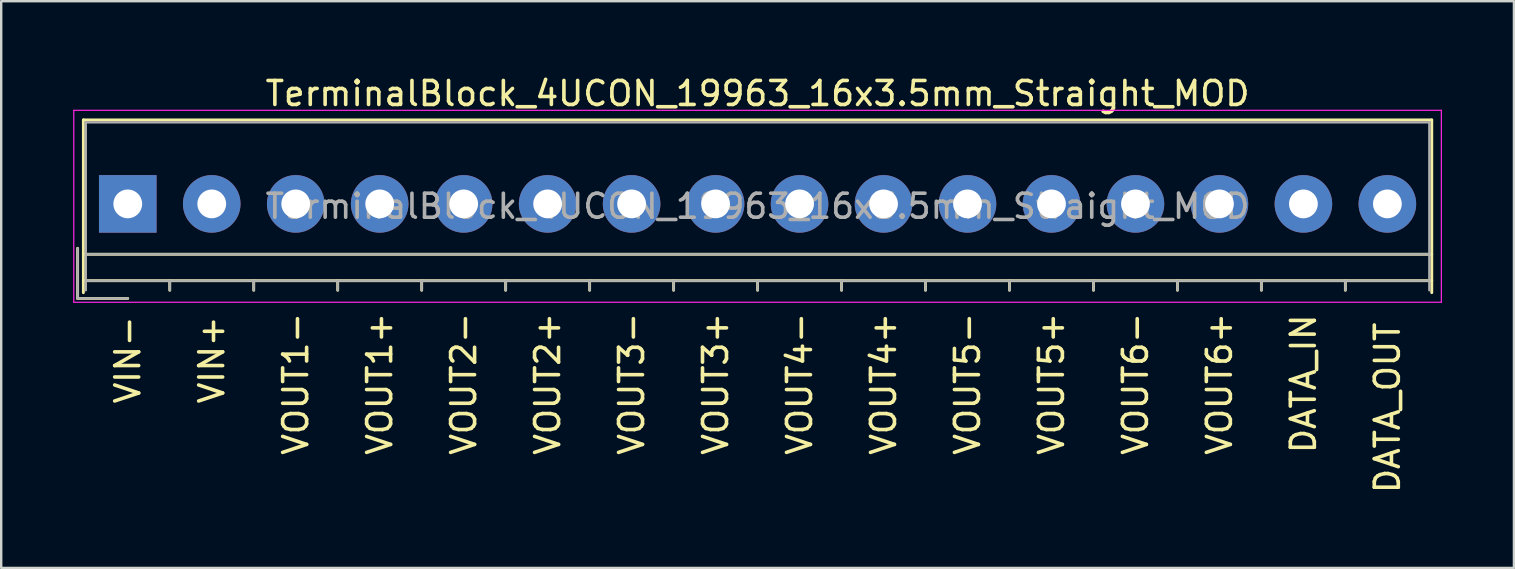
<source format=kicad_pcb>
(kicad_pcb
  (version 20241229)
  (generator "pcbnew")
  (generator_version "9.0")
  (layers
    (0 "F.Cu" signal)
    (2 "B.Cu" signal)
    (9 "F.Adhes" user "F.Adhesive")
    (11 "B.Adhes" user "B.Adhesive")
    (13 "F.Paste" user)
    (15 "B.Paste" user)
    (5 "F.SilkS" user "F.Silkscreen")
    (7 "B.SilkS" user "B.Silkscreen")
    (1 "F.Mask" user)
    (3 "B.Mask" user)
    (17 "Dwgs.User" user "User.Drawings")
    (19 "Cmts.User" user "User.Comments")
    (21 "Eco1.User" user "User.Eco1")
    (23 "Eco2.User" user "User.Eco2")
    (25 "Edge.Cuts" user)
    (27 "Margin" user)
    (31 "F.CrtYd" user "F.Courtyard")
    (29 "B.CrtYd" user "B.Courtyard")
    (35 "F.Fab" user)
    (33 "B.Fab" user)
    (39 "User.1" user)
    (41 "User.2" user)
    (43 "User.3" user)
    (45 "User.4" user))
  (footprint "TerminalBlock_4UCON_19963_16x3.5mm_Straight_MOD"
    (layer "F.Cu")
    (at 2.275 5.448)
    (property "Reference" "TerminalBlock_4UCON_19963_16x3.5mm_Straight_MOD" (at 26.25 -4.6 0) (layer "F.SilkS") (effects (font (size 1 1) (thickness 0.15))))
    (attr through_hole)
    (fp_line (start -2.09 1.85) (end -2.09 3.94) (stroke (width 0.12) (type solid)) (layer "F.SilkS"))
    (fp_line (start -2.09 3.94) (end 0 3.94) (stroke (width 0.12) (type solid)) (layer "F.SilkS"))
    (fp_line (start -1.85 -3.5) (end 54.35 -3.5) (stroke (width 0.12) (type solid)) (layer "F.SilkS"))
    (fp_line (start -1.85 2.1) (end 54.35 2.1) (stroke (width 0.12) (type solid)) (layer "F.SilkS"))
    (fp_line (start -1.85 3.2) (end 54.35 3.2) (stroke (width 0.12) (type solid)) (layer "F.SilkS"))
    (fp_line (start -1.85 3.7) (end -1.85 -3.5) (stroke (width 0.12) (type solid)) (layer "F.SilkS"))
    (fp_line (start 1.75 3.2) (end 1.75 3.6) (stroke (width 0.12) (type solid)) (layer "F.SilkS"))
    (fp_line (start 5.25 3.2) (end 5.25 3.6) (stroke (width 0.12) (type solid)) (layer "F.SilkS"))
    (fp_line (start 8.75 3.2) (end 8.75 3.6) (stroke (width 0.12) (type solid)) (layer "F.SilkS"))
    (fp_line (start 12.25 3.2) (end 12.25 3.6) (stroke (width 0.12) (type solid)) (layer "F.SilkS"))
    (fp_line (start 15.75 3.2) (end 15.75 3.6) (stroke (width 0.12) (type solid)) (layer "F.SilkS"))
    (fp_line (start 19.25 3.2) (end 19.25 3.6) (stroke (width 0.12) (type solid)) (layer "F.SilkS"))
    (fp_line (start 22.75 3.2) (end 22.75 3.6) (stroke (width 0.12) (type solid)) (layer "F.SilkS"))
    (fp_line (start 26.25 3.2) (end 26.25 3.6) (stroke (width 0.12) (type solid)) (layer "F.SilkS"))
    (fp_line (start 29.75 3.2) (end 29.75 3.6) (stroke (width 0.12) (type solid)) (layer "F.SilkS"))
    (fp_line (start 33.25 3.2) (end 33.25 3.6) (stroke (width 0.12) (type solid)) (layer "F.SilkS"))
    (fp_line (start 36.75 3.2) (end 36.75 3.6) (stroke (width 0.12) (type solid)) (layer "F.SilkS"))
    (fp_line (start 40.25 3.2) (end 40.25 3.6) (stroke (width 0.12) (type solid)) (layer "F.SilkS"))
    (fp_line (start 43.75 3.2) (end 43.75 3.6) (stroke (width 0.12) (type solid)) (layer "F.SilkS"))
    (fp_line (start 47.25 3.2) (end 47.25 3.6) (stroke (width 0.12) (type solid)) (layer "F.SilkS"))
    (fp_line (start 50.75 3.2) (end 50.75 3.6) (stroke (width 0.12) (type solid)) (layer "F.SilkS"))
    (fp_line (start 54.35 -3.5) (end 54.35 3.7) (stroke (width 0.12) (type solid)) (layer "F.SilkS"))
    (fp_line (start -2.25 -3.9) (end -2.25 4.1) (stroke (width 0.05) (type solid)) (layer "F.CrtYd"))
    (fp_line (start -2.25 4.1) (end 54.75 4.1) (stroke (width 0.05) (type solid)) (layer "F.CrtYd"))
    (fp_line (start 54.75 -3.9) (end -2.25 -3.9) (stroke (width 0.05) (type solid)) (layer "F.CrtYd"))
    (fp_line (start 54.75 4.1) (end 54.75 -3.9) (stroke (width 0.05) (type solid)) (layer "F.CrtYd"))
    (fp_line (start -2.09 1.85) (end -2.09 3.94) (stroke (width 0.1) (type solid)) (layer "F.Fab"))
    (fp_line (start -2.09 3.94) (end 0 3.94) (stroke (width 0.1) (type solid)) (layer "F.Fab"))
    (fp_line (start -1.75 -3.4) (end 54.25 -3.4) (stroke (width 0.1) (type solid)) (layer "F.Fab"))
    (fp_line (start -1.75 2.1) (end 54.25 2.1) (stroke (width 0.1) (type solid)) (layer "F.Fab"))
    (fp_line (start -1.75 3.2) (end 54.25 3.2) (stroke (width 0.1) (type solid)) (layer "F.Fab"))
    (fp_line (start -1.75 3.6) (end -1.75 -3.4) (stroke (width 0.1) (type solid)) (layer "F.Fab"))
    (fp_line (start 1.75 3.2) (end 1.75 3.6) (stroke (width 0.1) (type solid)) (layer "F.Fab"))
    (fp_line (start 5.25 3.2) (end 5.25 3.6) (stroke (width 0.1) (type solid)) (layer "F.Fab"))
    (fp_line (start 8.75 3.2) (end 8.75 3.6) (stroke (width 0.1) (type solid)) (layer "F.Fab"))
    (fp_line (start 12.25 3.2) (end 12.25 3.6) (stroke (width 0.1) (type solid)) (layer "F.Fab"))
    (fp_line (start 15.75 3.2) (end 15.75 3.6) (stroke (width 0.1) (type solid)) (layer "F.Fab"))
    (fp_line (start 19.25 3.2) (end 19.25 3.6) (stroke (width 0.1) (type solid)) (layer "F.Fab"))
    (fp_line (start 22.75 3.2) (end 22.75 3.6) (stroke (width 0.1) (type solid)) (layer "F.Fab"))
    (fp_line (start 26.25 3.2) (end 26.25 3.6) (stroke (width 0.1) (type solid)) (layer "F.Fab"))
    (fp_line (start 29.75 3.2) (end 29.75 3.6) (stroke (width 0.1) (type solid)) (layer "F.Fab"))
    (fp_line (start 33.25 3.2) (end 33.25 3.6) (stroke (width 0.1) (type solid)) (layer "F.Fab"))
    (fp_line (start 36.75 3.2) (end 36.75 3.6) (stroke (width 0.1) (type solid)) (layer "F.Fab"))
    (fp_line (start 40.25 3.2) (end 40.25 3.6) (stroke (width 0.1) (type solid)) (layer "F.Fab"))
    (fp_line (start 43.75 3.2) (end 43.75 3.6) (stroke (width 0.1) (type solid)) (layer "F.Fab"))
    (fp_line (start 47.25 3.2) (end 47.25 3.6) (stroke (width 0.1) (type solid)) (layer "F.Fab"))
    (fp_line (start 50.75 3.2) (end 50.75 3.6) (stroke (width 0.1) (type solid)) (layer "F.Fab"))
    (fp_line (start 54.25 -3.4) (end 54.25 3.6) (stroke (width 0.1) (type solid)) (layer "F.Fab"))
    (fp_text user "VOUT2-" (at 14 7.5 90) (layer "F.SilkS") (effects (font (size 1 1) (thickness 0.15))))
    (fp_text user "VOUT3+" (at 24.5 7.5 90) (layer "F.SilkS") (effects (font (size 1 1) (thickness 0.15))))
    (fp_text user "VOUT6+" (at 45.5 7.5 90) (layer "F.SilkS") (effects (font (size 1 1) (thickness 0.15))))
    (fp_text user "VOUT1+" (at 10.5 7.5 90) (layer "F.SilkS") (effects (font (size 1 1) (thickness 0.15))))
    (fp_text user "VOUT3-" (at 21 7.5 90) (layer "F.SilkS") (effects (font (size 1 1) (thickness 0.15))))
    (fp_text user "DATA_OUT" (at 52.5 8.5 90) (layer "F.SilkS") (effects (font (size 1 1) (thickness 0.15))))
    (fp_text user "VIN+" (at 3.5 6.5 90) (layer "F.SilkS") (effects (font (size 1 1) (thickness 0.15))))
    (fp_text user "VIN-" (at 0 6.5 90) (layer "F.SilkS") (effects (font (size 1 1) (thickness 0.15))))
    (fp_text user "VOUT6-" (at 42 7.5 90) (layer "F.SilkS") (effects (font (size 1 1) (thickness 0.15))))
    (fp_text user "VOUT5-" (at 35 7.5 90) (layer "F.SilkS") (effects (font (size 1 1) (thickness 0.15))))
    (fp_text user "VOUT1-" (at 7 7.5 90) (layer "F.SilkS") (effects (font (size 1 1) (thickness 0.15))))
    (fp_text user "VOUT4-" (at 28 7.5 90) (layer "F.SilkS") (effects (font (size 1 1) (thickness 0.15))))
    (fp_text user "VOUT5+" (at 38.5 7.5 90) (layer "F.SilkS") (effects (font (size 1 1) (thickness 0.15))))
    (fp_text user "VOUT4+" (at 31.5 7.5 90) (layer "F.SilkS") (effects (font (size 1 1) (thickness 0.15))))
    (fp_text user "DATA_IN" (at 49 7.5 90) (layer "F.SilkS") (effects (font (size 1 1) (thickness 0.15))))
    (fp_text user "VOUT2+" (at 17.5 7.5 90) (layer "F.SilkS") (effects (font (size 1 1) (thickness 0.15))))
    (fp_text user "${REFERENCE}" (at 26.25 0.1 0) (layer "F.Fab") (effects (font (size 1 1) (thickness 0.15))))
    (pad "1" thru_hole rect (at 0 0) (size 2.4 2.4) (drill 1.2) (layers "*.Cu" "*.Mask"))
    (pad "2" thru_hole circle (at 3.5 0) (size 2.4 2.4) (drill 1.2) (layers "*.Cu" "*.Mask"))
    (pad "3" thru_hole circle (at 7 0) (size 2.4 2.4) (drill 1.2) (layers "*.Cu" "*.Mask"))
    (pad "4" thru_hole circle (at 10.5 0) (size 2.4 2.4) (drill 1.2) (layers "*.Cu" "*.Mask"))
    (pad "5" thru_hole circle (at 14 0) (size 2.4 2.4) (drill 1.2) (layers "*.Cu" "*.Mask"))
    (pad "6" thru_hole circle (at 17.5 0) (size 2.4 2.4) (drill 1.2) (layers "*.Cu" "*.Mask"))
    (pad "7" thru_hole circle (at 21 0) (size 2.4 2.4) (drill 1.2) (layers "*.Cu" "*.Mask"))
    (pad "8" thru_hole circle (at 24.5 0) (size 2.4 2.4) (drill 1.2) (layers "*.Cu" "*.Mask"))
    (pad "9" thru_hole circle (at 28 0) (size 2.4 2.4) (drill 1.2) (layers "*.Cu" "*.Mask"))
    (pad "10" thru_hole circle (at 31.5 0) (size 2.4 2.4) (drill 1.2) (layers "*.Cu" "*.Mask"))
    (pad "11" thru_hole circle (at 35 0) (size 2.4 2.4) (drill 1.2) (layers "*.Cu" "*.Mask"))
    (pad "12" thru_hole circle (at 38.5 0) (size 2.4 2.4) (drill 1.2) (layers "*.Cu" "*.Mask"))
    (pad "13" thru_hole circle (at 42 0) (size 2.4 2.4) (drill 1.2) (layers "*.Cu" "*.Mask"))
    (pad "14" thru_hole circle (at 45.5 0) (size 2.4 2.4) (drill 1.2) (layers "*.Cu" "*.Mask"))
    (pad "15" thru_hole circle (at 49 0) (size 2.4 2.4) (drill 1.2) (layers "*.Cu" "*.Mask"))
    (pad "16" thru_hole circle (at 52.5 0) (size 2.4 2.4) (drill 1.2) (layers "*.Cu" "*.Mask")))
  (gr_rect
    (start -3 -3)
    (end 60.05 20.621)
    (stroke (width 0.1) (type default))
    (fill no)
    (layer "Edge.Cuts")))
</source>
